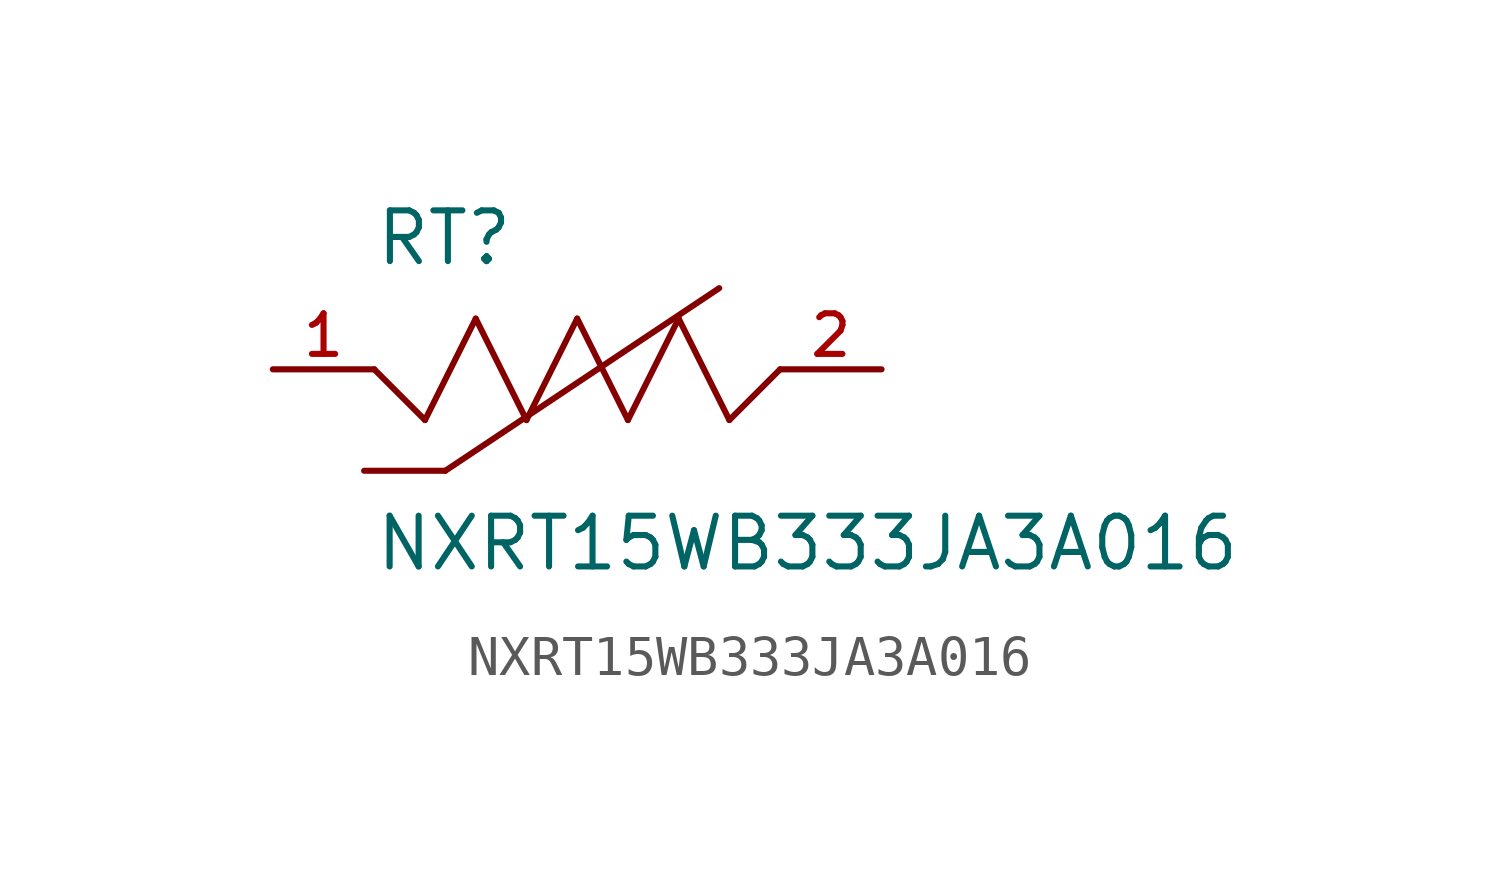
<source format=kicad_sym>
(kicad_symbol_lib
  (version 20211014)
  (generator kicad_symbol_editor)
  (symbol "NXRT15WB333JA3A016"
    (pin_names
      (offset 1.016))
    (property "Reference" "RT"
      (at -5.091 2.546 0)
      (effects (font (size 1.27 1.27)) (justify bottom left)))
    (property "Value" "NXRT15WB333JA3A016"
      (at -5.098 -5.098 0)
      (effects (font (size 1.27 1.27)) (justify bottom left)))
    (symbol "NXRT15WB333JA3A016_0_0"
      (polyline (pts (xy -1.27 -1.27) (xy 0.0 1.27)) (stroke (width 0.152)))
      (polyline (pts (xy 0.0 1.27) (xy 1.27 -1.27)) (stroke (width 0.152)))
      (polyline (pts (xy 1.27 -1.27) (xy 2.54 1.27)) (stroke (width 0.152)))
      (polyline (pts (xy 2.54 1.27) (xy 3.81 -1.27)) (stroke (width 0.152)))
      (polyline (pts (xy 3.81 -1.27) (xy 5.08 0.0)) (stroke (width 0.152)))
      (polyline (pts (xy -1.27 -1.27) (xy -2.54 1.27)) (stroke (width 0.152)))
      (polyline (pts (xy -2.54 1.27) (xy -3.81 -1.27)) (stroke (width 0.152)))
      (polyline (pts (xy -3.81 -1.27) (xy -5.08 0.0)) (stroke (width 0.152)))
      (polyline (pts (xy -3.302 -2.54) (xy 3.556 2.032)) (stroke (width 0.152)))
      (polyline (pts (xy -3.302 -2.54) (xy -5.334 -2.54)) (stroke (width 0.152)))
      (pin passive line (at -7.62 0.0 0) (length 2.54) (name "~" (effects (font (size 1.016 1.016)))) (number "1" (effects (font (size 1.016 1.016)))))
      (pin passive line (at 7.62 0.0 180.0) (length 2.54) (name "~" (effects (font (size 1.016 1.016)))) (number "2" (effects (font (size 1.016 1.016))))))))
</source>
